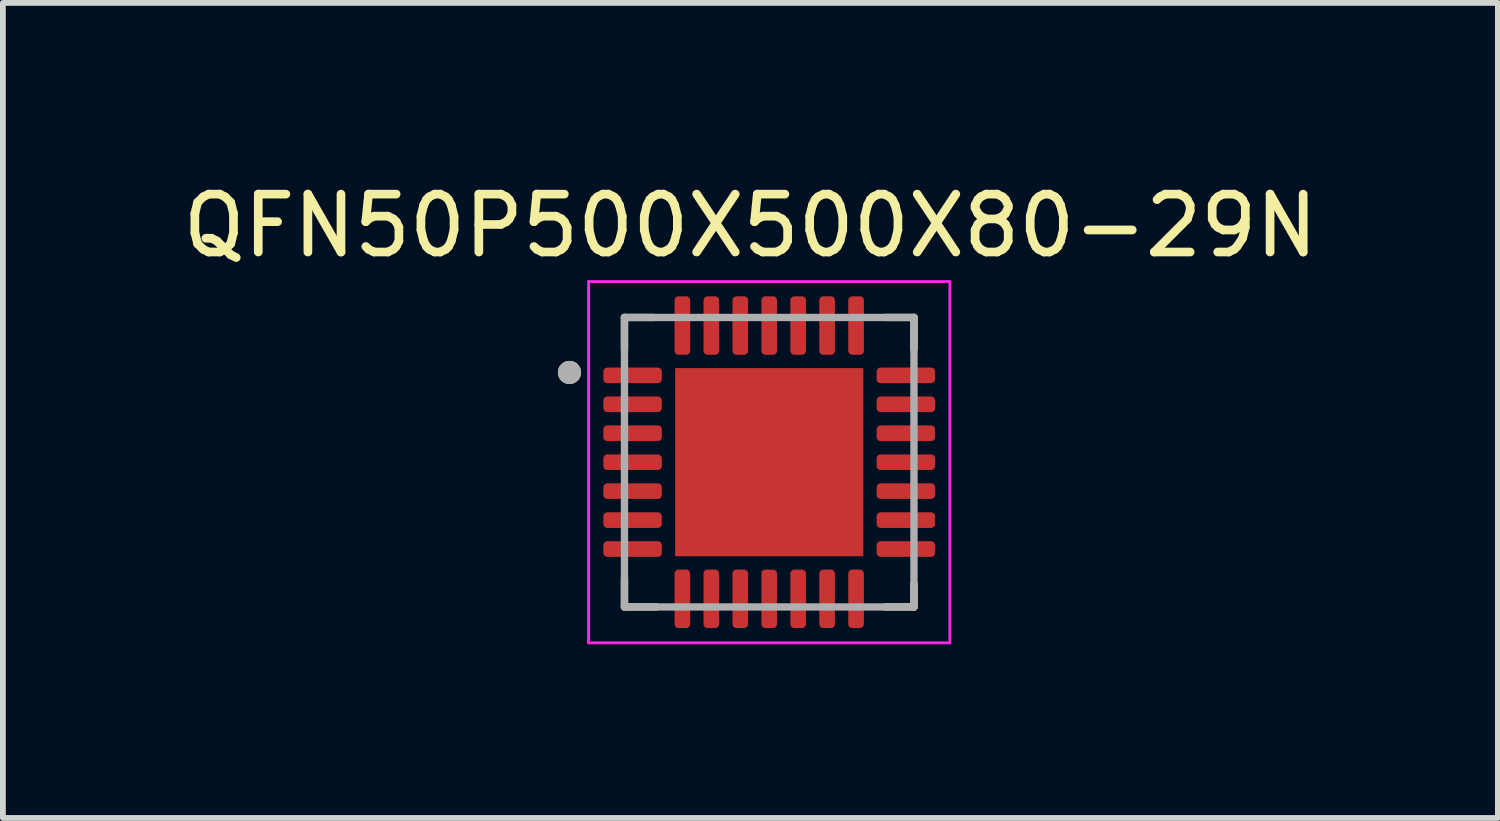
<source format=kicad_pcb>
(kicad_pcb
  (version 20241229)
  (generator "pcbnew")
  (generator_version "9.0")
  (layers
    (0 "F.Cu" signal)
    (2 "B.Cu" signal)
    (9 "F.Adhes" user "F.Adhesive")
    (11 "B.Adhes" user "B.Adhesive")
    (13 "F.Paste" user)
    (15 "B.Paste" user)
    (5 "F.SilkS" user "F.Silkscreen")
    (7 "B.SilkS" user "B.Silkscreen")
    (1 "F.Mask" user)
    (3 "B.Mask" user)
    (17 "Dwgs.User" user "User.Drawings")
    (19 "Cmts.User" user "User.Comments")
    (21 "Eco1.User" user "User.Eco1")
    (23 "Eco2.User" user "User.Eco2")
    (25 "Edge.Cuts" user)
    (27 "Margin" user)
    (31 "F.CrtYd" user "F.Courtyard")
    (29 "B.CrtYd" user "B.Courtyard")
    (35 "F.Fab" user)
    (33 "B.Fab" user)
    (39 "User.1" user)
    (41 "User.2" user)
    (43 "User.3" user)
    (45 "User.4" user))
  (footprint "QFN50P500X500X80-29N"
    (layer "F.Cu")
    (at 10.236 4.933)
    (property "Reference" "QFN50P500X500X80-29N" (at -0.325 -4.085 0) (layer "F.SilkS") (effects (font (size 1 1) (thickness 0.15))))
    (attr smd)
    (fp_line (start -2.5 -2.5) (end -2.5 -1.95) (stroke (width 0.127) (type solid)) (layer "F.SilkS"))
    (fp_line (start -2.5 2) (end -2.5 2.5) (stroke (width 0.127) (type solid)) (layer "F.SilkS"))
    (fp_line (start -2.5 2.5) (end -1.95 2.5) (stroke (width 0.127) (type solid)) (layer "F.SilkS"))
    (fp_line (start -2 -2.5) (end -2.5 -2.5) (stroke (width 0.127) (type solid)) (layer "F.SilkS"))
    (fp_line (start 2 -2.5) (end 2.5 -2.5) (stroke (width 0.127) (type solid)) (layer "F.SilkS"))
    (fp_line (start 2.5 -2.5) (end 2.5 -1.95) (stroke (width 0.127) (type solid)) (layer "F.SilkS"))
    (fp_line (start 2.5 2.1) (end 2.5 2.5) (stroke (width 0.127) (type solid)) (layer "F.SilkS"))
    (fp_line (start 2.5 2.5) (end 2 2.5) (stroke (width 0.127) (type solid)) (layer "F.SilkS"))
    (fp_circle (center -3.45 -1.55) (end -3.35 -1.55) (stroke (width 0.2) (type solid)) (fill no) (layer "F.SilkS"))
    (fp_poly (pts (xy -1.331 -0.179) (xy -1.331 -1.331) (xy -0.181 -1.331) (xy -0.181 -0.179)) (stroke (width 0.01) (type solid)) (fill yes) (layer "F.Paste"))
    (fp_poly (pts (xy -0.18 1.331) (xy -1.331 1.331) (xy -1.331 0.18) (xy -0.18 0.18)) (stroke (width 0.01) (type solid)) (fill yes) (layer "F.Paste"))
    (fp_poly (pts (xy 0.18 -1.33) (xy 1.33 -1.33) (xy 1.33 -0.18) (xy 0.18 -0.18)) (stroke (width 0.01) (type solid)) (fill yes) (layer "F.Paste"))
    (fp_poly (pts (xy 1.331 0.181) (xy 1.331 1.331) (xy 0.179 1.331) (xy 0.179 0.181)) (stroke (width 0.01) (type solid)) (fill yes) (layer "F.Paste"))
    (fp_line (start -3.12 -3.12) (end 3.12 -3.12) (stroke (width 0.05) (type solid)) (layer "F.CrtYd"))
    (fp_line (start -3.12 3.12) (end -3.12 -3.12) (stroke (width 0.05) (type solid)) (layer "F.CrtYd"))
    (fp_line (start 3.12 -3.12) (end 3.12 3.12) (stroke (width 0.05) (type solid)) (layer "F.CrtYd"))
    (fp_line (start 3.12 3.12) (end -3.12 3.12) (stroke (width 0.05) (type solid)) (layer "F.CrtYd"))
    (fp_line (start -2.5 -2.5) (end 2.5 -2.5) (stroke (width 0.127) (type solid)) (layer "F.Fab"))
    (fp_line (start -2.5 2.5) (end -2.5 -2.5) (stroke (width 0.127) (type solid)) (layer "F.Fab"))
    (fp_line (start 2.5 -2.5) (end 2.5 2.5) (stroke (width 0.127) (type solid)) (layer "F.Fab"))
    (fp_line (start 2.5 2.5) (end -2.5 2.5) (stroke (width 0.127) (type solid)) (layer "F.Fab"))
    (fp_circle (center -3.45 -1.55) (end -3.35 -1.55) (stroke (width 0.2) (type solid)) (fill no) (layer "F.Fab"))
    (pad "1" smd roundrect (at -2.36 -1.5) (size 1.01 0.27) (layers "F.Cu" "F.Mask" "F.Paste") (roundrect_rratio 0.25))
    (pad "2" smd roundrect (at -2.36 -1) (size 1.01 0.27) (layers "F.Cu" "F.Mask" "F.Paste") (roundrect_rratio 0.25))
    (pad "3" smd roundrect (at -2.36 -0.5) (size 1.01 0.27) (layers "F.Cu" "F.Mask" "F.Paste") (roundrect_rratio 0.25))
    (pad "4" smd roundrect (at -2.36 0) (size 1.01 0.27) (layers "F.Cu" "F.Mask" "F.Paste") (roundrect_rratio 0.25))
    (pad "5" smd roundrect (at -2.36 0.5) (size 1.01 0.27) (layers "F.Cu" "F.Mask" "F.Paste") (roundrect_rratio 0.25))
    (pad "6" smd roundrect (at -2.36 1) (size 1.01 0.27) (layers "F.Cu" "F.Mask" "F.Paste") (roundrect_rratio 0.25))
    (pad "7" smd roundrect (at -2.36 1.5) (size 1.01 0.27) (layers "F.Cu" "F.Mask" "F.Paste") (roundrect_rratio 0.25))
    (pad "8" smd roundrect (at -1.5 2.36) (size 0.27 1.01) (layers "F.Cu" "F.Mask" "F.Paste") (roundrect_rratio 0.25))
    (pad "9" smd roundrect (at -1 2.36) (size 0.27 1.01) (layers "F.Cu" "F.Mask" "F.Paste") (roundrect_rratio 0.25))
    (pad "10" smd roundrect (at -0.5 2.36) (size 0.27 1.01) (layers "F.Cu" "F.Mask" "F.Paste") (roundrect_rratio 0.25))
    (pad "11" smd roundrect (at 0 2.36) (size 0.27 1.01) (layers "F.Cu" "F.Mask" "F.Paste") (roundrect_rratio 0.25))
    (pad "12" smd roundrect (at 0.5 2.36) (size 0.27 1.01) (layers "F.Cu" "F.Mask" "F.Paste") (roundrect_rratio 0.25))
    (pad "13" smd roundrect (at 1 2.36) (size 0.27 1.01) (layers "F.Cu" "F.Mask" "F.Paste") (roundrect_rratio 0.25))
    (pad "14" smd roundrect (at 1.5 2.36) (size 0.27 1.01) (layers "F.Cu" "F.Mask" "F.Paste") (roundrect_rratio 0.25))
    (pad "15" smd roundrect (at 2.36 1.5) (size 1.01 0.27) (layers "F.Cu" "F.Mask" "F.Paste") (roundrect_rratio 0.25))
    (pad "16" smd roundrect (at 2.36 1) (size 1.01 0.27) (layers "F.Cu" "F.Mask" "F.Paste") (roundrect_rratio 0.25))
    (pad "17" smd roundrect (at 2.36 0.5) (size 1.01 0.27) (layers "F.Cu" "F.Mask" "F.Paste") (roundrect_rratio 0.25))
    (pad "18" smd roundrect (at 2.36 0) (size 1.01 0.27) (layers "F.Cu" "F.Mask" "F.Paste") (roundrect_rratio 0.25))
    (pad "19" smd roundrect (at 2.36 -0.5) (size 1.01 0.27) (layers "F.Cu" "F.Mask" "F.Paste") (roundrect_rratio 0.25))
    (pad "20" smd roundrect (at 2.36 -1) (size 1.01 0.27) (layers "F.Cu" "F.Mask" "F.Paste") (roundrect_rratio 0.25))
    (pad "21" smd roundrect (at 2.36 -1.5) (size 1.01 0.27) (layers "F.Cu" "F.Mask" "F.Paste") (roundrect_rratio 0.25))
    (pad "22" smd roundrect (at 1.5 -2.36) (size 0.27 1.01) (layers "F.Cu" "F.Mask" "F.Paste") (roundrect_rratio 0.25))
    (pad "23" smd roundrect (at 1 -2.36) (size 0.27 1.01) (layers "F.Cu" "F.Mask" "F.Paste") (roundrect_rratio 0.25))
    (pad "24" smd roundrect (at 0.5 -2.36) (size 0.27 1.01) (layers "F.Cu" "F.Mask" "F.Paste") (roundrect_rratio 0.25))
    (pad "25" smd roundrect (at 0 -2.36) (size 0.27 1.01) (layers "F.Cu" "F.Mask" "F.Paste") (roundrect_rratio 0.25))
    (pad "26" smd roundrect (at -0.5 -2.36) (size 0.27 1.01) (layers "F.Cu" "F.Mask" "F.Paste") (roundrect_rratio 0.25))
    (pad "27" smd roundrect (at -1 -2.36) (size 0.27 1.01) (layers "F.Cu" "F.Mask" "F.Paste") (roundrect_rratio 0.25))
    (pad "28" smd roundrect (at -1.5 -2.36) (size 0.27 1.01) (layers "F.Cu" "F.Mask" "F.Paste") (roundrect_rratio 0.25))
    (pad "29" smd rect (at 0 0) (size 3.25 3.25) (layers "F.Cu" "F.Mask")))
  (gr_rect
    (start -3 -3)
    (end 22.821 11.078)
    (stroke (width 0.1) (type default))
    (fill no)
    (layer "Edge.Cuts")))
</source>
